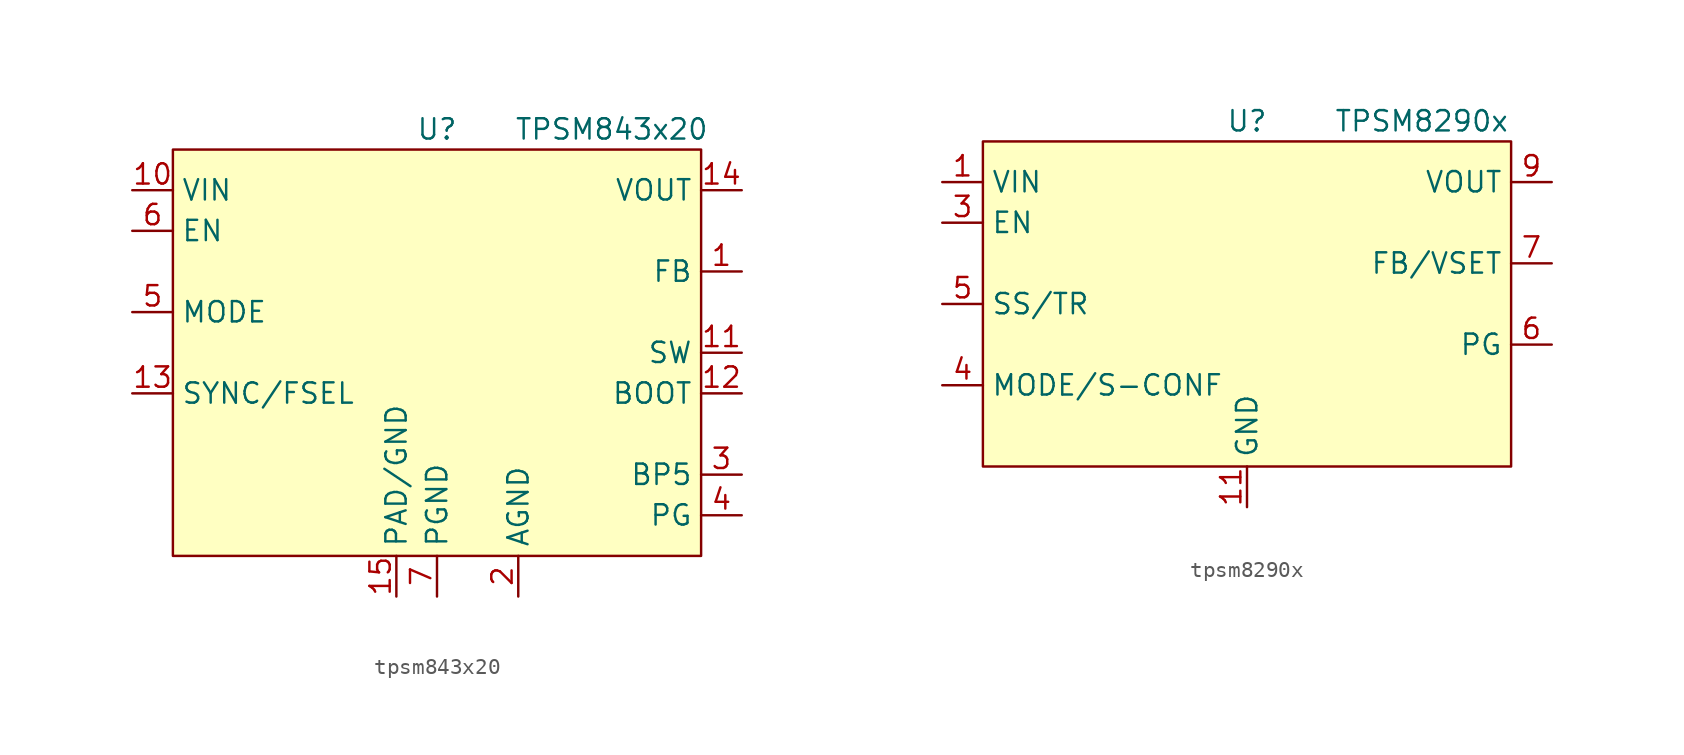
<source format=kicad_sym>
(kicad_symbol_lib
  (version 20231120)
  (generator "kicad_symbol_editor")
  (generator_version "8.0")
  (symbol "tpsm843x20"
    (property "Reference" "U"
      (at 0 13.97 0)
      (effects (font (size 1.27 1.27))))
    (property "Value" "TPSM843x20"
      (at 10.922 13.97 0)
      (effects (font (size 1.27 1.27))))
    (symbol "tpsm843x20_0_0"
      (pin input line (at 19.05 5.08 180) (length 2.54) (name "FB" (effects (font (size 1.27 1.27)))) (number "1" (effects (font (size 1.27 1.27)))))
      (pin power_in line (at -19.05 10.16 0) (length 2.54) (name "VIN" (effects (font (size 1.27 1.27)))) (number "10" (effects (font (size 1.27 1.27)))))
      (pin power_out line (at 19.05 10.16 180) (length 2.54) (name "VOUT" (effects (font (size 1.27 1.27)))) (number "14" (effects (font (size 1.27 1.27)))))
      (pin output line (at 19.05 -10.16 180) (length 2.54) (name "PG" (effects (font (size 1.27 1.27)))) (number "4" (effects (font (size 1.27 1.27)))))
      (pin input line (at -19.05 2.54 0) (length 2.54) (name "MODE" (effects (font (size 1.27 1.27)))) (number "5" (effects (font (size 1.27 1.27)))))
      (pin input line (at -19.05 7.62 0) (length 2.54) (name "EN" (effects (font (size 1.27 1.27)))) (number "6" (effects (font (size 1.27 1.27))))))
    (symbol "tpsm843x20_1_0"
      (pin output line (at 19.05 0 180) (length 2.54) (name "SW" (effects (font (size 1.27 1.27)))) (number "11" (effects (font (size 1.27 1.27)))))
      (pin output line (at 19.05 -2.54 180) (length 2.54) (name "BOOT" (effects (font (size 1.27 1.27)))) (number "12" (effects (font (size 1.27 1.27)))))
      (pin input line (at -19.05 -2.54 0) (length 2.54) (name "SYNC/FSEL" (effects (font (size 1.27 1.27)))) (number "13" (effects (font (size 1.27 1.27)))))
      (pin passive line (at -2.54 -15.24 90) (length 2.54) (name "PAD/GND" (effects (font (size 1.27 1.27)))) (number "15" (effects (font (size 1.27 1.27)))))
      (pin power_in line (at 5.08 -15.24 90) (length 2.54) (name "AGND" (effects (font (size 1.27 1.27)))) (number "2" (effects (font (size 1.27 1.27)))))
      (pin output line (at 19.05 -7.62 180) (length 2.54) (name "BP5" (effects (font (size 1.27 1.27)))) (number "3" (effects (font (size 1.27 1.27)))))
      (pin power_in line (at 0 -15.24 90) (length 2.54) (name "PGND" (effects (font (size 1.27 1.27)))) (number "7" (effects (font (size 1.27 1.27)))))
      (pin passive line (at 0 -15.24 90) (length 2.54) hide (name "PGND" (effects (font (size 1.27 1.27)))) (number "8" (effects (font (size 1.27 1.27)))))
      (pin passive line (at 0 -15.24 90) (length 2.54) hide (name "PGND" (effects (font (size 1.27 1.27)))) (number "9" (effects (font (size 1.27 1.27))))))
    (symbol "tpsm843x20_1_1"
      (rectangle (start -16.51 12.7) (end 16.51 -12.7) (stroke (width 0) (type default)) (fill (type background)))))
  (symbol "tpsm8290x"
    (property "Reference" "U"
      (at 0 11.43 0)
      (effects (font (size 1.27 1.27))))
    (property "Value" "TPSM8290x"
      (at 10.922 11.43 0)
      (effects (font (size 1.27 1.27))))
    (symbol "tpsm8290x_0_0"
      (pin power_in line (at -19.05 7.62 0) (length 2.54) (name "VIN" (effects (font (size 1.27 1.27)))) (number "1" (effects (font (size 1.27 1.27)))))
      (pin power_in line (at 0 -12.7 90) (length 2.54) (name "GND" (effects (font (size 1.27 1.27)))) (number "11" (effects (font (size 1.27 1.27)))))
      (pin input line (at -19.05 5.08 0) (length 2.54) (name "EN" (effects (font (size 1.27 1.27)))) (number "3" (effects (font (size 1.27 1.27)))))
      (pin input line (at -19.05 -5.08 0) (length 2.54) (name "MODE/S-CONF" (effects (font (size 1.27 1.27)))) (number "4" (effects (font (size 1.27 1.27)))))
      (pin input line (at -19.05 0 0) (length 2.54) (name "SS/TR" (effects (font (size 1.27 1.27)))) (number "5" (effects (font (size 1.27 1.27)))))
      (pin output line (at 19.05 -2.54 180) (length 2.54) (name "PG" (effects (font (size 1.27 1.27)))) (number "6" (effects (font (size 1.27 1.27)))))
      (pin input line (at 19.05 2.54 180) (length 2.54) (name "FB/VSET" (effects (font (size 1.27 1.27)))) (number "7" (effects (font (size 1.27 1.27)))))
      (pin power_out line (at 19.05 7.62 180) (length 2.54) (name "VOUT" (effects (font (size 1.27 1.27)))) (number "9" (effects (font (size 1.27 1.27))))))
    (symbol "tpsm8290x_1_0"
      (pin passive line (at 19.05 7.62 180) (length 2.54) hide (name "VOUT" (effects (font (size 1.27 1.27)))) (number "10" (effects (font (size 1.27 1.27)))))
      (pin passive line (at -19.05 7.62 0) (length 2.54) hide (name "VIN" (effects (font (size 1.27 1.27)))) (number "2" (effects (font (size 1.27 1.27)))))
      (pin no_connect line (at 2.54 -12.7 90) (length 2.54) hide (name "SW/NC" (effects (font (size 1.27 1.27)))) (number "8" (effects (font (size 1.27 1.27))))))
    (symbol "tpsm8290x_1_1"
      (rectangle (start -16.51 10.16) (end 16.51 -10.16) (stroke (width 0) (type default)) (fill (type background))))))
</source>
